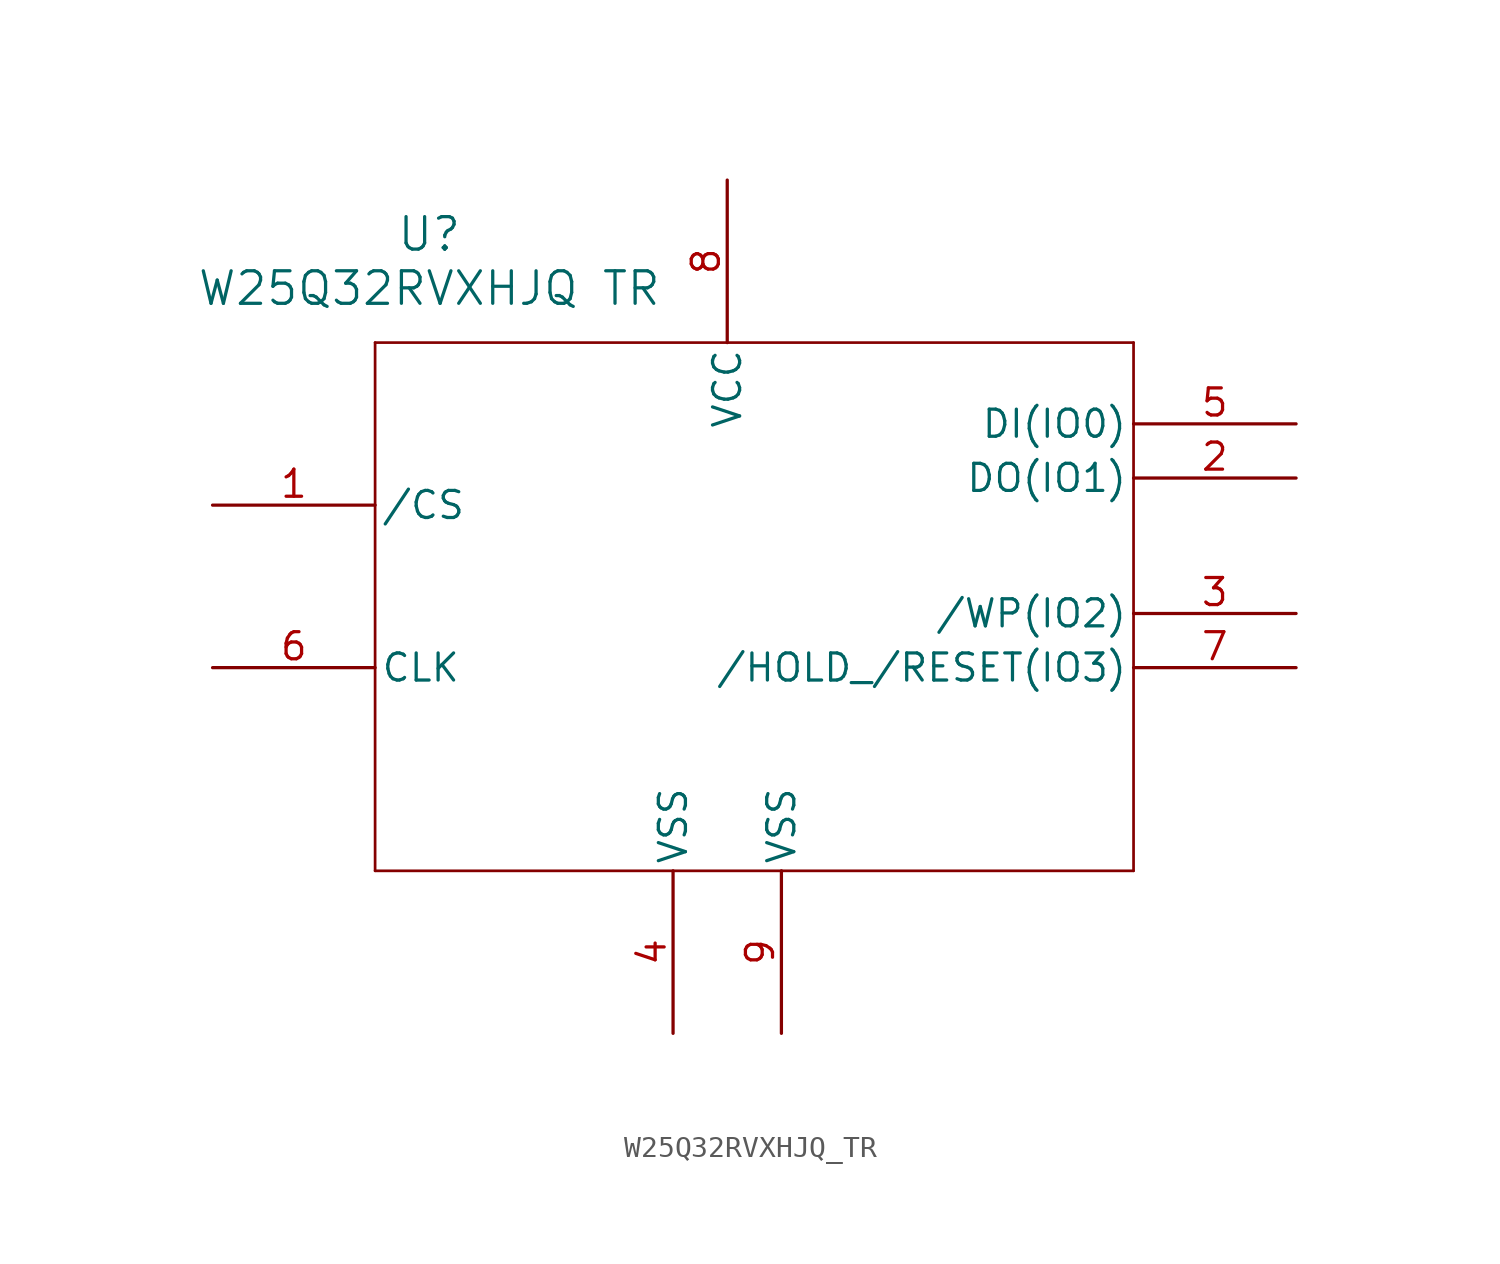
<source format=kicad_sym>
(kicad_symbol_lib
  (version 20231120)
  (generator "kicad_symbol_editor")
  (generator_version "8.0")
  (symbol "W25Q32RVXHJQ_TR"
    (pin_names
      (offset 0.254))
    (property "Reference" "U"
      (at 40.64 12.7 0)
      (effects (font (size 1.524 1.524))))
    (property "Value" "W25Q32RVXHJQ TR"
      (at 40.64 10.16 0)
      (effects (font (size 1.524 1.524))))
    (property "ki_locked" ""
      (at 0 0 0)
      (effects (font (size 1.27 1.27))))
    (symbol "W25Q32RVXHJQ_TR_0_1"
      (polyline (pts (xy 38.1 -17.145) (xy 73.66 -17.145)) (stroke (width 0.127) (type default)) (fill (type none)))
      (polyline (pts (xy 38.1 7.62) (xy 38.1 -17.145)) (stroke (width 0.127) (type default)) (fill (type none)))
      (polyline (pts (xy 73.66 -17.145) (xy 73.66 7.62)) (stroke (width 0.127) (type default)) (fill (type none)))
      (polyline (pts (xy 73.66 7.62) (xy 38.1 7.62)) (stroke (width 0.127) (type default)) (fill (type none)))
      (pin input line (at 30.48 0 0) (length 7.62) (name "/CS" (effects (font (size 1.27 1.27)))) (number "1" (effects (font (size 1.27 1.27)))))
      (pin bidirectional line (at 81.28 1.27 180) (length 7.62) (name "DO(IO1)" (effects (font (size 1.27 1.27)))) (number "2" (effects (font (size 1.27 1.27)))))
      (pin bidirectional line (at 81.28 -5.08 180) (length 7.62) (name "/WP(IO2)" (effects (font (size 1.27 1.27)))) (number "3" (effects (font (size 1.27 1.27)))))
      (pin power_out line (at 52.07 -24.765 90) (length 7.62) (name "VSS" (effects (font (size 1.27 1.27)))) (number "4" (effects (font (size 1.27 1.27)))))
      (pin bidirectional line (at 81.28 3.81 180) (length 7.62) (name "DI(IO0)" (effects (font (size 1.27 1.27)))) (number "5" (effects (font (size 1.27 1.27)))))
      (pin input line (at 30.48 -7.62 0) (length 7.62) (name "CLK" (effects (font (size 1.27 1.27)))) (number "6" (effects (font (size 1.27 1.27)))))
      (pin bidirectional line (at 81.28 -7.62 180) (length 7.62) (name "/HOLD_/RESET(IO3)" (effects (font (size 1.27 1.27)))) (number "7" (effects (font (size 1.27 1.27)))))
      (pin power_in line (at 54.61 15.24 270) (length 7.62) (name "VCC" (effects (font (size 1.27 1.27)))) (number "8" (effects (font (size 1.27 1.27)))))
      (pin power_out line (at 57.15 -24.765 90) (length 7.62) (name "VSS" (effects (font (size 1.27 1.27)))) (number "9" (effects (font (size 1.27 1.27))))))))
</source>
